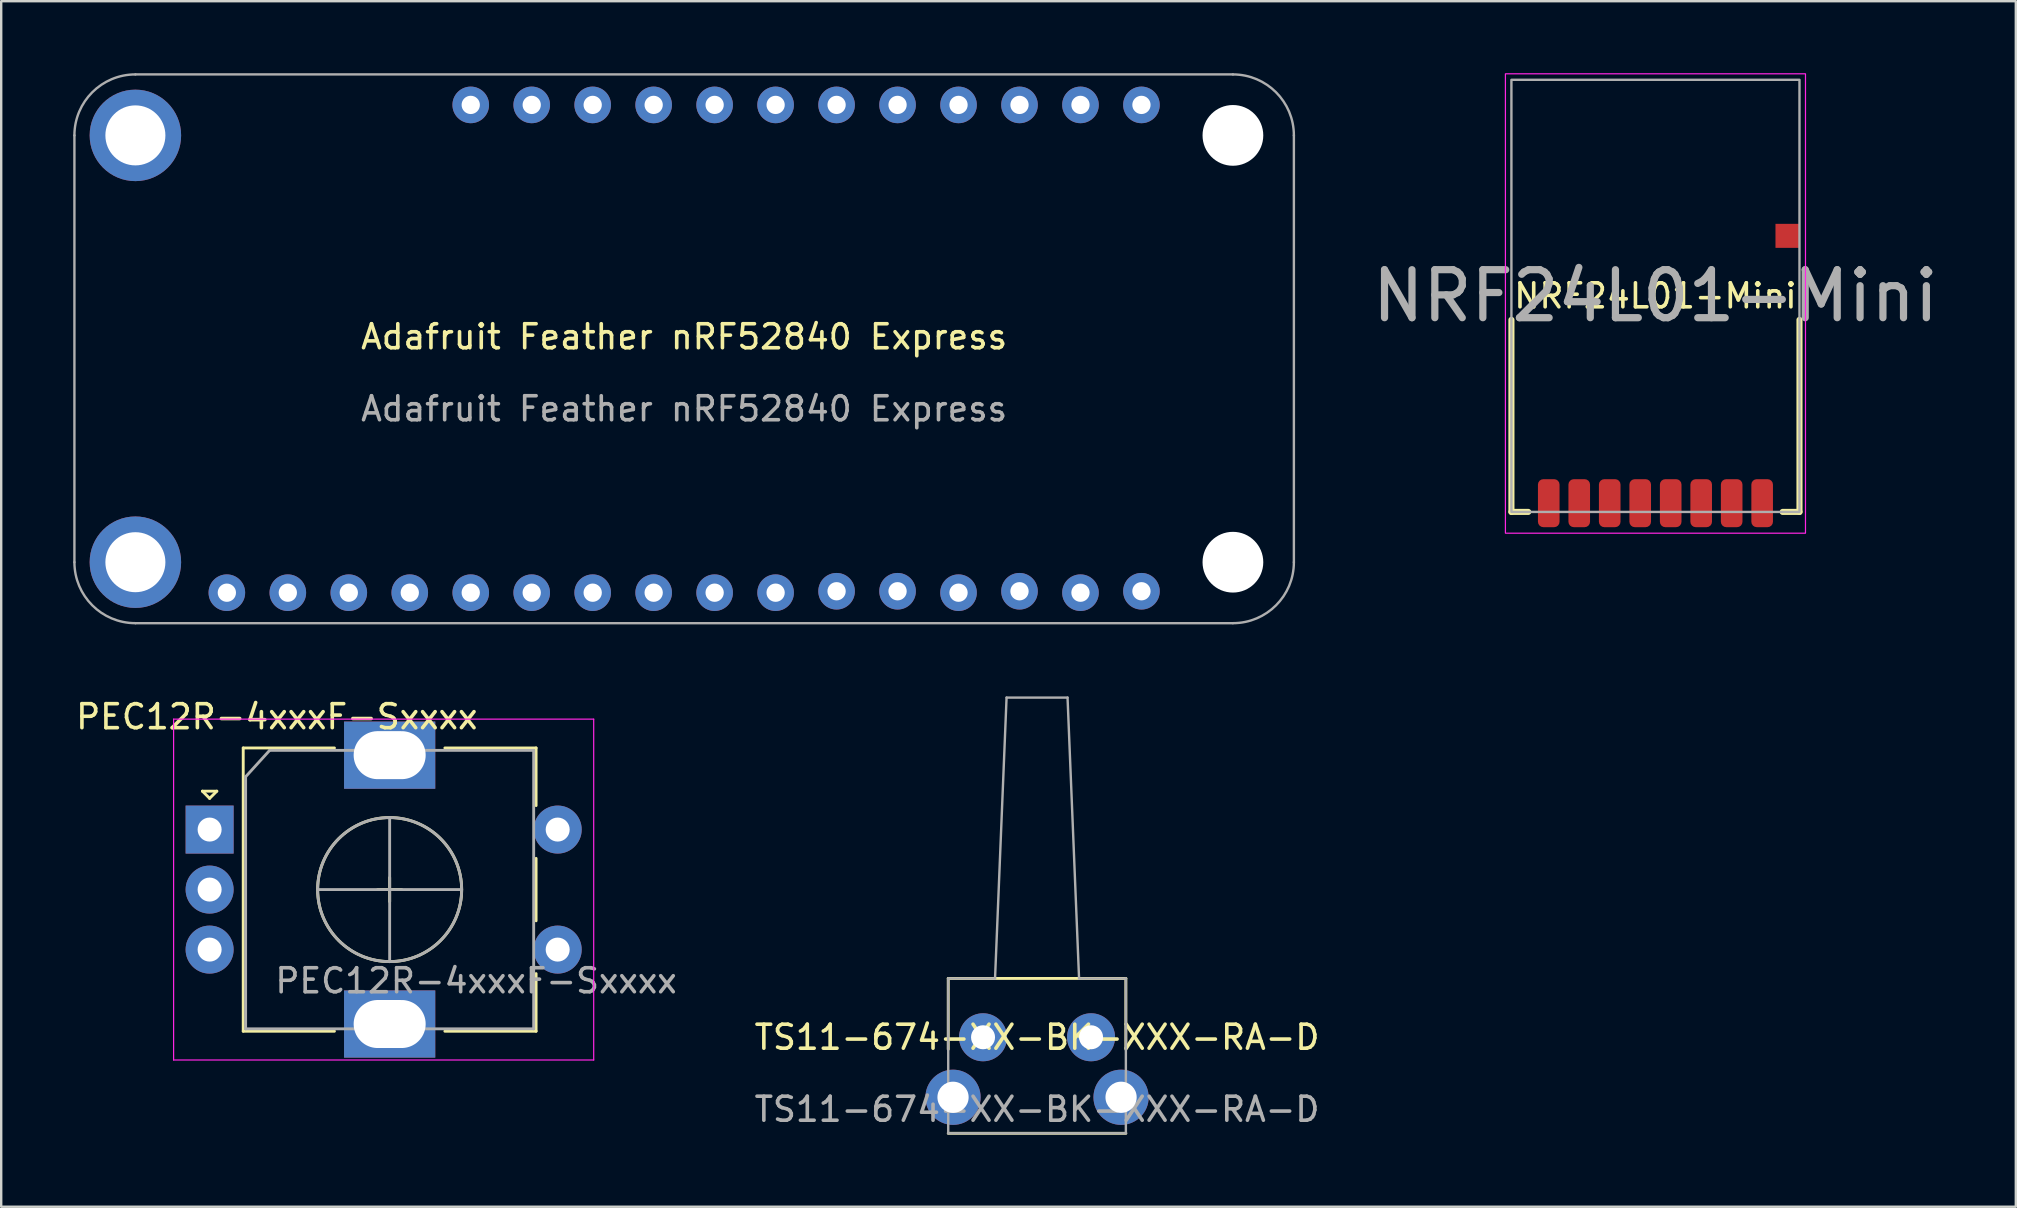
<source format=kicad_pcb>
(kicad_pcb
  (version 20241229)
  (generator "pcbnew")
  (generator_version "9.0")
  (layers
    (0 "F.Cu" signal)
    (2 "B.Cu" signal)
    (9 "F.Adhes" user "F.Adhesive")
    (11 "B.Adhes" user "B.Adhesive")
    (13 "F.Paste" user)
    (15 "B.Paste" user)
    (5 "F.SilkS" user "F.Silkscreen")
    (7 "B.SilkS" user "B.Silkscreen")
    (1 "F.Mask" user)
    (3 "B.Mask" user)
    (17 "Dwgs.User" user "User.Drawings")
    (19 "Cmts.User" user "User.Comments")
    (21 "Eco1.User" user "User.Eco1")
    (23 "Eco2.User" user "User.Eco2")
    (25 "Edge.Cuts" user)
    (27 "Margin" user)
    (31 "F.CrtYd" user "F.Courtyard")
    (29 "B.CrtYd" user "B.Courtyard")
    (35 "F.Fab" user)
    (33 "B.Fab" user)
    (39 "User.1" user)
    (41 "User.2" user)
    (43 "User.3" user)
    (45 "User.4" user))
  (footprint "TS11-674-XX-BK-XXX-RA-D"
    (layer "F.Cu")
    (at 40.151 42.66)
    (property "Reference" "TS11-674-XX-BK-XXX-RA-D" (at 0 -2.5 0) (unlocked yes) (layer "F.SilkS") (effects (font (size 1 1) (thickness 0.15))))
    (attr smd)
    (fp_line (start -3.7 -4.95) (end 3.7 -4.95) (stroke (width 0.12) (type solid)) (layer "F.SilkS"))
    (fp_line (start -3.7 -2) (end -3.7 -4.95) (stroke (width 0.12) (type solid)) (layer "F.SilkS"))
    (fp_line (start -3.7 1.5) (end 3.7 1.5) (stroke (width 0.12) (type solid)) (layer "F.SilkS"))
    (fp_line (start 3.7 -2) (end 3.7 -4.95) (stroke (width 0.12) (type solid)) (layer "F.SilkS"))
    (fp_line (start -3.7 -4.95) (end -3.7 1.5) (stroke (width 0.1) (type solid)) (layer "F.Fab"))
    (fp_line (start -3.7 -4.95) (end -1.75 -4.95) (stroke (width 0.1) (type solid)) (layer "F.Fab"))
    (fp_line (start -3.7 1.5) (end 3.7 1.5) (stroke (width 0.1) (type solid)) (layer "F.Fab"))
    (fp_line (start -1.27 -16.65) (end -1.75 -4.95) (stroke (width 0.1) (type solid)) (layer "F.Fab"))
    (fp_line (start 1.27 -16.65) (end -1.27 -16.65) (stroke (width 0.1) (type solid)) (layer "F.Fab"))
    (fp_line (start 1.27 -16.65) (end 1.75 -4.95) (stroke (width 0.1) (type solid)) (layer "F.Fab"))
    (fp_line (start 3.7 -4.95) (end 1.75 -4.95) (stroke (width 0.1) (type solid)) (layer "F.Fab"))
    (fp_line (start 3.7 -4.95) (end 3.7 1.5) (stroke (width 0.1) (type solid)) (layer "F.Fab"))
    (fp_text user "${REFERENCE}" (at 0 0.5 0) (unlocked yes) (layer "F.Fab") (effects (font (size 1 1) (thickness 0.15))))
    (pad "1" thru_hole circle (at -2.25 -2.5) (size 2 2) (drill 1) (layers "*.Cu" "*.Mask"))
    (pad "2" thru_hole circle (at 2.25 -2.5) (size 2 2) (drill 1) (layers "*.Cu" "*.Mask"))
    (pad "3" thru_hole circle (at 3.5 0) (size 2.3 2.3) (drill 1.3) (layers "*.Cu" "*.Mask"))
    (pad "4" thru_hole circle (at -3.5 0) (size 2.3 2.3) (drill 1.3) (layers "*.Cu" "*.Mask")))
  (footprint "Adafruit Feather nRF52840 Express"
    (layer "F.Cu")
    (at 25.45 11.48)
    (property "Reference" "Adafruit Feather nRF52840 Express" (at 0 -0.5 0) (unlocked yes) (layer "F.SilkS") (effects (font (size 1 1) (thickness 0.15))))
    (attr through_hole)
    (fp_line (start -25.4 8.89) (end -25.4 -8.89) (stroke (width 0.1) (type solid)) (layer "F.Fab"))
    (fp_line (start -22.86 -11.43) (end 22.86 -11.43) (stroke (width 0.1) (type solid)) (layer "F.Fab"))
    (fp_line (start 22.86 11.43) (end -22.86 11.43) (stroke (width 0.1) (type solid)) (layer "F.Fab"))
    (fp_line (start 25.4 -8.89) (end 25.4 8.89) (stroke (width 0.1) (type solid)) (layer "F.Fab"))
    (fp_arc (start -25.4 -8.89) (mid -24.656051 -10.686051) (end -22.86 -11.43) (stroke (width 0.1) (type solid)) (layer "F.Fab"))
    (fp_arc (start -22.86 11.43) (mid -24.656051 10.686051) (end -25.4 8.89) (stroke (width 0.1) (type solid)) (layer "F.Fab"))
    (fp_arc (start 22.86 -11.43) (mid 24.656051 -10.686051) (end 25.4 -8.89) (stroke (width 0.1) (type solid)) (layer "F.Fab"))
    (fp_arc (start 25.4 8.89) (mid 24.656051 10.686051) (end 22.86 11.43) (stroke (width 0.1) (type solid)) (layer "F.Fab"))
    (fp_text user "${REFERENCE}" (at 0 2.5 0) (unlocked yes) (layer "F.Fab") (effects (font (size 1 1) (thickness 0.15))))
    (pad "" np_thru_hole circle (at 22.86 -8.89) (size 2.53 2.53) (drill 2.54) (layers "*.Cu" "*.Mask"))
    (pad "" np_thru_hole circle (at 22.86 8.89) (size 2.53 2.53) (drill 2.54) (layers "*.Cu" "*.Mask"))
    (pad "1" thru_hole circle (at -19.05 10.16) (size 1.524 1.524) (drill 0.762) (layers "*.Cu" "*.Mask"))
    (pad "2" thru_hole circle (at -16.51 10.16) (size 1.524 1.524) (drill 0.762) (layers "*.Cu" "*.Mask"))
    (pad "3" thru_hole circle (at -13.97 10.16) (size 1.524 1.524) (drill 0.762) (layers "*.Cu" "*.Mask"))
    (pad "4" thru_hole circle (at -11.43 10.16) (size 1.524 1.524) (drill 0.762) (layers "*.Cu" "*.Mask"))
    (pad "5" thru_hole circle (at -8.89 10.16) (size 1.524 1.524) (drill 0.762) (layers "*.Cu" "*.Mask"))
    (pad "6" thru_hole circle (at -6.35 10.16) (size 1.524 1.524) (drill 0.762) (layers "*.Cu" "*.Mask"))
    (pad "7" thru_hole circle (at -3.81 10.16) (size 1.524 1.524) (drill 0.762) (layers "*.Cu" "*.Mask"))
    (pad "8" thru_hole circle (at -1.27 10.16) (size 1.524 1.524) (drill 0.762) (layers "*.Cu" "*.Mask"))
    (pad "9" thru_hole circle (at 1.27 10.16) (size 1.524 1.524) (drill 0.762) (layers "*.Cu" "*.Mask"))
    (pad "10" thru_hole circle (at 3.81 10.16) (size 1.524 1.524) (drill 0.762) (layers "*.Cu" "*.Mask"))
    (pad "11" thru_hole circle (at 6.35 10.1) (size 1.524 1.524) (drill 0.762) (layers "*.Cu" "*.Mask"))
    (pad "12" thru_hole circle (at 8.89 10.1) (size 1.524 1.524) (drill 0.762) (layers "*.Cu" "*.Mask"))
    (pad "13" thru_hole circle (at 11.43 10.16) (size 1.524 1.524) (drill 0.762) (layers "*.Cu" "*.Mask"))
    (pad "14" thru_hole circle (at 13.97 10.1) (size 1.524 1.524) (drill 0.762) (layers "*.Cu" "*.Mask"))
    (pad "15" thru_hole circle (at 16.51 10.16) (size 1.524 1.524) (drill 0.762) (layers "*.Cu" "*.Mask"))
    (pad "16" thru_hole circle (at 19.05 10.1) (size 1.524 1.524) (drill 0.762) (layers "*.Cu" "*.Mask"))
    (pad "17" thru_hole circle (at 19.05 -10.16) (size 1.524 1.524) (drill 0.762) (layers "*.Cu" "*.Mask"))
    (pad "18" thru_hole circle (at 16.51 -10.16) (size 1.524 1.524) (drill 0.762) (layers "*.Cu" "*.Mask"))
    (pad "19" thru_hole circle (at 13.97 -10.16) (size 1.524 1.524) (drill 0.762) (layers "*.Cu" "*.Mask"))
    (pad "20" thru_hole circle (at 11.43 -10.16) (size 1.524 1.524) (drill 0.762) (layers "*.Cu" "*.Mask"))
    (pad "21" thru_hole circle (at 8.89 -10.16) (size 1.524 1.524) (drill 0.762) (layers "*.Cu" "*.Mask"))
    (pad "22" thru_hole circle (at 6.35 -10.16) (size 1.524 1.524) (drill 0.762) (layers "*.Cu" "*.Mask"))
    (pad "23" thru_hole circle (at 3.81 -10.16) (size 1.524 1.524) (drill 0.762) (layers "*.Cu" "*.Mask"))
    (pad "24" thru_hole circle (at 1.27 -10.16) (size 1.524 1.524) (drill 0.762) (layers "*.Cu" "*.Mask"))
    (pad "25" thru_hole circle (at -1.27 -10.16) (size 1.524 1.524) (drill 0.762) (layers "*.Cu" "*.Mask"))
    (pad "26" thru_hole circle (at -3.81 -10.16) (size 1.524 1.524) (drill 0.762) (layers "*.Cu" "*.Mask"))
    (pad "27" thru_hole circle (at -6.35 -10.16) (size 1.524 1.524) (drill 0.762) (layers "*.Cu" "*.Mask"))
    (pad "28" thru_hole circle (at -8.89 -10.16) (size 1.524 1.524) (drill 0.762) (layers "*.Cu" "*.Mask"))
    (pad "MNT1" thru_hole circle (at -22.86 -8.89) (size 3.81 3.81) (drill 2.5) (layers "*.Cu" "*.Mask"))
    (pad "MNT2" thru_hole circle (at -22.86 8.89) (size 3.81 3.81) (drill 2.5) (layers "*.Cu" "*.Mask")))
  (footprint "NRF24L01-Mini"
    (layer "F.Cu")
    (at 65.912 9.275)
    (property "Reference" "NRF24L01-Mini" (at 0 0 0) (unlocked yes) (layer "F.SilkS") (effects (font (size 1 1) (thickness 0.15))))
    (attr smd)
    (fp_line (start -6 1) (end -6 9) (stroke (width 0.254) (type solid)) (layer "F.SilkS"))
    (fp_line (start -5.3 9) (end -6 9) (stroke (width 0.254) (type solid)) (layer "F.SilkS"))
    (fp_line (start 6 1) (end 6 9) (stroke (width 0.254) (type solid)) (layer "F.SilkS"))
    (fp_line (start 6 9) (end 5.3 9) (stroke (width 0.254) (type solid)) (layer "F.SilkS"))
    (fp_rect (start -6.25 -9.25) (end 6.25 9.886) (stroke (width 0.05) (type solid)) (fill no) (layer "F.CrtYd"))
    (fp_rect (start -6 -9) (end 6 9) (stroke (width 0.1) (type solid)) (fill no) (layer "F.Fab"))
    (fp_text user "${REFERENCE}" (at 0 0 0) (unlocked yes) (layer "F.Fab") (effects (font (size 2 2) (thickness 0.3))))
    (pad "1" smd roundrect (at -4.445 8.636) (size 0.9 2) (layers "F.Cu" "F.Mask" "F.Paste") (roundrect_rratio 0.25))
    (pad "2" smd roundrect (at -3.175 8.636) (size 0.9 2) (layers "F.Cu" "F.Mask" "F.Paste") (roundrect_rratio 0.25))
    (pad "3" smd roundrect (at -1.905 8.636) (size 0.9 2) (layers "F.Cu" "F.Mask" "F.Paste") (roundrect_rratio 0.25))
    (pad "4" smd roundrect (at -0.635 8.636) (size 0.9 2) (layers "F.Cu" "F.Mask" "F.Paste") (roundrect_rratio 0.25))
    (pad "5" smd roundrect (at 0.635 8.636) (size 0.9 2) (layers "F.Cu" "F.Mask" "F.Paste") (roundrect_rratio 0.25))
    (pad "6" smd roundrect (at 1.905 8.636) (size 0.9 2) (layers "F.Cu" "F.Mask" "F.Paste") (roundrect_rratio 0.25))
    (pad "7" smd roundrect (at 3.175 8.636) (size 0.9 2) (layers "F.Cu" "F.Mask" "F.Paste") (roundrect_rratio 0.25))
    (pad "8" smd roundrect (at 4.445 8.636) (size 0.9 2) (layers "F.Cu" "F.Mask" "F.Paste") (roundrect_rratio 0.25))
    (pad "9" smd rect (at 5.5 -2.5) (size 1 1) (layers "F.Cu" "F.Mask" "F.Paste")))
  (footprint "PEC12R-4xxxF-Sxxxx"
    (layer "F.Cu")
    (at 5.682 31.508)
    (property "Reference" "PEC12R-4xxxF-Sxxxx" (at 2.8 -4.7 0) (layer "F.SilkS") (effects (font (size 1 1) (thickness 0.15))))
    (attr through_hole)
    (fp_line (start -0.3 -1.6) (end 0.3 -1.6) (stroke (width 0.12) (type solid)) (layer "F.SilkS"))
    (fp_line (start 0 -1.3) (end -0.3 -1.6) (stroke (width 0.12) (type solid)) (layer "F.SilkS"))
    (fp_line (start 0.3 -1.6) (end 0 -1.3) (stroke (width 0.12) (type solid)) (layer "F.SilkS"))
    (fp_line (start 1.4 -3.4) (end 1.4 8.4) (stroke (width 0.12) (type solid)) (layer "F.SilkS"))
    (fp_line (start 5.2 -3.4) (end 1.4 -3.4) (stroke (width 0.12) (type solid)) (layer "F.SilkS"))
    (fp_line (start 5.2 8.4) (end 1.4 8.4) (stroke (width 0.12) (type solid)) (layer "F.SilkS"))
    (fp_line (start 7 2.5) (end 8 2.5) (stroke (width 0.12) (type solid)) (layer "F.SilkS"))
    (fp_line (start 7.5 2) (end 7.5 3) (stroke (width 0.12) (type solid)) (layer "F.SilkS"))
    (fp_line (start 9.8 -3.4) (end 13.6 -3.4) (stroke (width 0.12) (type solid)) (layer "F.SilkS"))
    (fp_line (start 13.6 -3.4) (end 13.6 -1) (stroke (width 0.12) (type solid)) (layer "F.SilkS"))
    (fp_line (start 13.6 1.2) (end 13.6 3.8) (stroke (width 0.12) (type solid)) (layer "F.SilkS"))
    (fp_line (start 13.6 6) (end 13.6 8.4) (stroke (width 0.12) (type solid)) (layer "F.SilkS"))
    (fp_line (start 13.6 8.4) (end 9.8 8.4) (stroke (width 0.12) (type solid)) (layer "F.SilkS"))
    (fp_circle (center 7.5 2.5) (end 10.5 2.5) (stroke (width 0.12) (type solid)) (fill no) (layer "F.SilkS"))
    (fp_line (start -1.5 -4.6) (end -1.5 9.6) (stroke (width 0.05) (type solid)) (layer "F.CrtYd"))
    (fp_line (start -1.5 -4.6) (end 16 -4.6) (stroke (width 0.05) (type solid)) (layer "F.CrtYd"))
    (fp_line (start 16 9.6) (end -1.5 9.6) (stroke (width 0.05) (type solid)) (layer "F.CrtYd"))
    (fp_line (start 16 9.6) (end 16 -4.6) (stroke (width 0.05) (type solid)) (layer "F.CrtYd"))
    (fp_line (start 1.5 -2.2) (end 2.5 -3.3) (stroke (width 0.12) (type solid)) (layer "F.Fab"))
    (fp_line (start 1.5 8.3) (end 1.5 -2.2) (stroke (width 0.12) (type solid)) (layer "F.Fab"))
    (fp_line (start 2.5 -3.3) (end 13.5 -3.3) (stroke (width 0.12) (type solid)) (layer "F.Fab"))
    (fp_line (start 4.5 2.5) (end 10.5 2.5) (stroke (width 0.12) (type solid)) (layer "F.Fab"))
    (fp_line (start 7.5 -0.5) (end 7.5 5.5) (stroke (width 0.12) (type solid)) (layer "F.Fab"))
    (fp_line (start 13.5 -3.3) (end 13.5 8.3) (stroke (width 0.12) (type solid)) (layer "F.Fab"))
    (fp_line (start 13.5 8.3) (end 1.5 8.3) (stroke (width 0.12) (type solid)) (layer "F.Fab"))
    (fp_circle (center 7.5 2.5) (end 10.5 2.5) (stroke (width 0.12) (type solid)) (fill no) (layer "F.Fab"))
    (fp_text user "${REFERENCE}" (at 11.1 6.3 0) (layer "F.Fab") (effects (font (size 1 1) (thickness 0.15))))
    (pad "A" thru_hole rect (at 0 0) (size 2 2) (drill 1) (layers "*.Cu" "*.Mask"))
    (pad "B" thru_hole circle (at 0 5) (size 2 2) (drill 1) (layers "*.Cu" "*.Mask"))
    (pad "C" thru_hole circle (at 0 2.5) (size 2 2) (drill 1) (layers "*.Cu" "*.Mask"))
    (pad "MP" thru_hole rect (at 7.5 -3.1) (size 3.8 2.8) (drill oval 3 2) (layers "*.Cu" "*.Mask"))
    (pad "MP" thru_hole rect (at 7.5 8.1) (size 3.8 2.8) (drill oval 3 2) (layers "*.Cu" "*.Mask"))
    (pad "S1" thru_hole circle (at 14.5 5) (size 2 2) (drill 1) (layers "*.Cu" "*.Mask"))
    (pad "S2" thru_hole circle (at 14.5 0) (size 2 2) (drill 1) (layers "*.Cu" "*.Mask")))
  (gr_rect
    (start -3 -3)
    (end 80.924 47.22)
    (stroke (width 0.1) (type default))
    (fill no)
    (layer "Edge.Cuts")))
</source>
